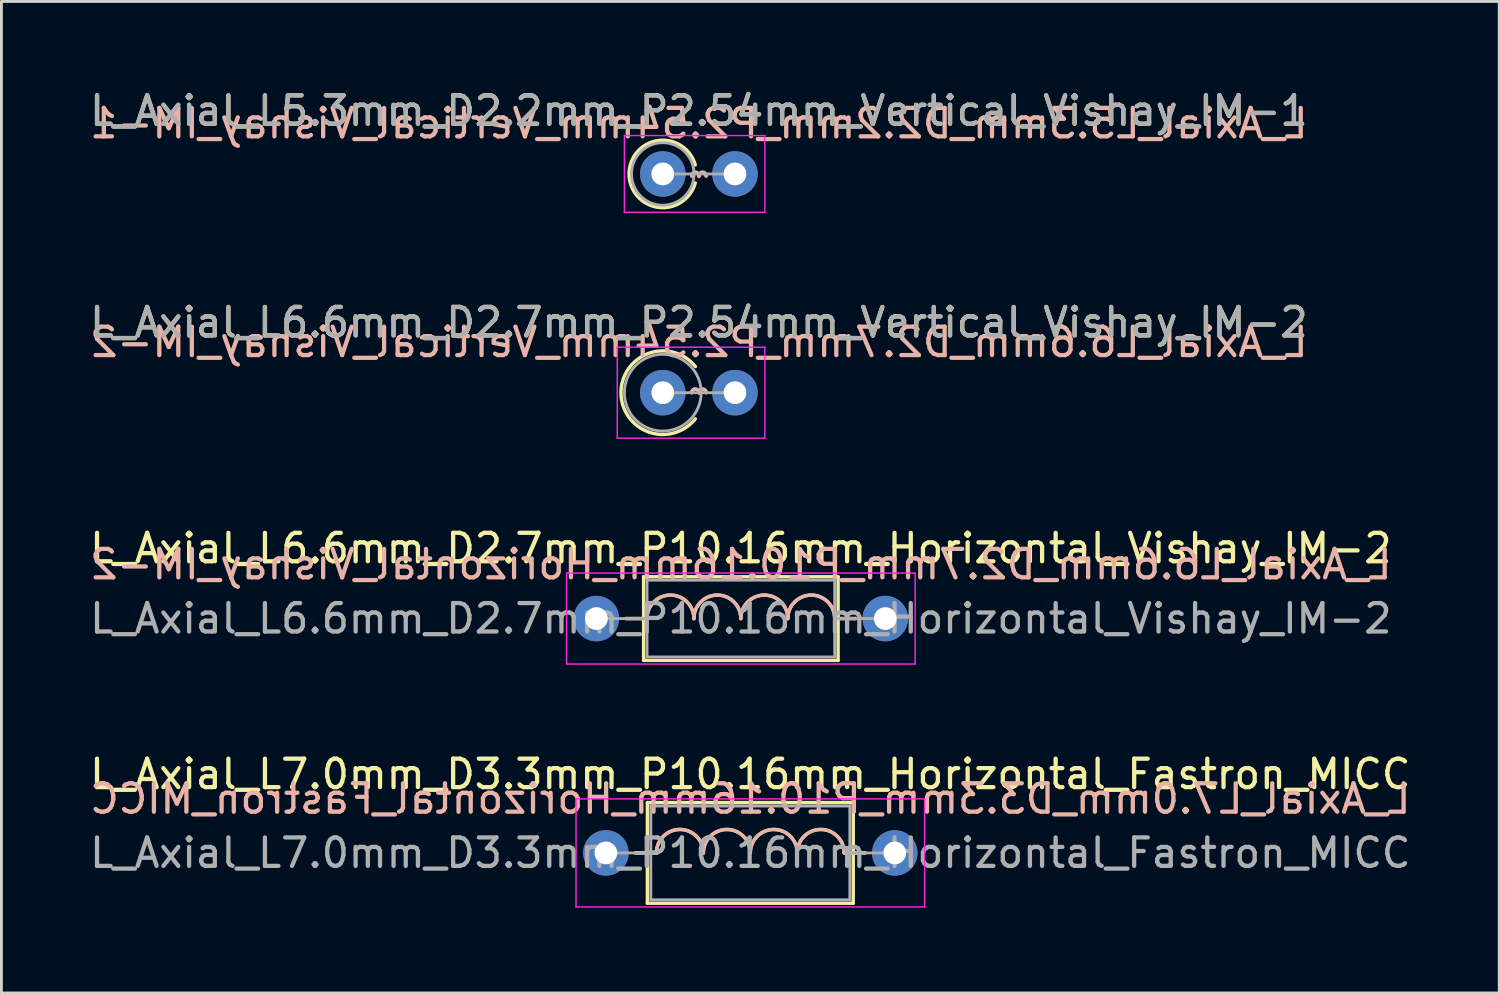
<source format=kicad_pcb>
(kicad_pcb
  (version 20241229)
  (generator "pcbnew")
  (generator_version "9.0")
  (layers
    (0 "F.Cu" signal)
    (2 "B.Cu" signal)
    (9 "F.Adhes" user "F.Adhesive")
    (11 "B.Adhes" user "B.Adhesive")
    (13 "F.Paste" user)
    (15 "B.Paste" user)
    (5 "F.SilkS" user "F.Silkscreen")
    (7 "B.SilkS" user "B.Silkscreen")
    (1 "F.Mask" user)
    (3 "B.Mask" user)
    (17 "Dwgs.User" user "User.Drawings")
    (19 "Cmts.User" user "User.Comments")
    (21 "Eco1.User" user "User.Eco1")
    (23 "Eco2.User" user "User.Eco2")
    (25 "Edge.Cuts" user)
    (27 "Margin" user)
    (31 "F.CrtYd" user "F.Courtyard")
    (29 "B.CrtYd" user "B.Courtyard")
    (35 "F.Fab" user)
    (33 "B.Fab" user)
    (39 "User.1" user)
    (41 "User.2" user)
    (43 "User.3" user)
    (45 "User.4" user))
  (footprint "L_Axial_L6.6mm_D2.7mm_P2.54mm_Vertical_Vishay_IM-2"
    (layer "F.Cu")
    (at 20.26 10.761)
    (property "Reference" "L_Axial_L6.6mm_D2.7mm_P2.54mm_Vertical_Vishay_IM-2" (at 1.27 -2.47 0) (layer "F.SilkS") (effects (font (size 1 1) (thickness 0.15))))
    (fp_arc (start 1.016 0) (mid 1.143 -0.127) (end 1.27 0) (stroke (width 0.12) (type solid)) (layer "F.SilkS"))
    (fp_arc (start 1.146516 0.92) (mid -1.47 0) (end 1.146516 -0.92) (stroke (width 0.12) (type solid)) (layer "F.SilkS"))
    (fp_arc (start 1.27 0) (mid 1.397 -0.127) (end 1.524 0) (stroke (width 0.12) (type solid)) (layer "F.SilkS"))
    (fp_arc (start 1.016 0) (mid 1.143 -0.127) (end 1.27 0) (stroke (width 0.12) (type solid)) (layer "B.SilkS"))
    (fp_arc (start 1.27 0) (mid 1.397 -0.127) (end 1.524 0) (stroke (width 0.12) (type solid)) (layer "B.SilkS"))
    (fp_line (start -1.6 -1.6) (end -1.6 1.6) (stroke (width 0.05) (type solid)) (layer "F.CrtYd"))
    (fp_line (start -1.6 1.6) (end 3.59 1.6) (stroke (width 0.05) (type solid)) (layer "F.CrtYd"))
    (fp_line (start 3.59 -1.6) (end -1.6 -1.6) (stroke (width 0.05) (type solid)) (layer "F.CrtYd"))
    (fp_line (start 3.59 1.6) (end 3.59 -1.6) (stroke (width 0.05) (type solid)) (layer "F.CrtYd"))
    (fp_line (start 0 0) (end 2.54 0) (stroke (width 0.1) (type solid)) (layer "F.Fab"))
    (fp_circle (center 0 0) (end 1.35 0) (stroke (width 0.1) (type solid)) (fill no) (layer "F.Fab"))
    (fp_text user "${REFERENCE}" (at 1.27 -1.778 0) (layer "B.SilkS") (effects (font (size 1 1) (thickness 0.15)) (justify mirror)))
    (fp_text user "${REFERENCE}" (at 1.27 -2.47 0) (layer "F.Fab") (effects (font (size 1 1) (thickness 0.15))))
    (pad "1" thru_hole circle (at 0 0) (size 1.6 1.6) (drill 0.8) (layers "*.Cu" "*.Mask"))
    (pad "2" thru_hole oval (at 2.54 0) (size 1.6 1.6) (drill 0.8) (layers "*.Cu" "*.Mask")))
  (footprint "L_Axial_L5.3mm_D2.2mm_P2.54mm_Vertical_Vishay_IM-1"
    (layer "F.Cu")
    (at 20.26 3.068)
    (property "Reference" "L_Axial_L5.3mm_D2.2mm_P2.54mm_Vertical_Vishay_IM-1" (at 1.27 -2.22 0) (layer "F.SilkS") (effects (font (size 1 1) (thickness 0.15))))
    (fp_arc (start 1.016 0.0635) (mid 1.143 -0.0635) (end 1.27 0.0635) (stroke (width 0.12) (type solid)) (layer "F.SilkS"))
    (fp_arc (start 1.143 0.3175) (mid -1.186278 0) (end 1.143 -0.3175) (stroke (width 0.12) (type solid)) (layer "F.SilkS"))
    (fp_arc (start 1.27 0.0635) (mid 1.397 -0.0635) (end 1.524 0.0635) (stroke (width 0.12) (type solid)) (layer "F.SilkS"))
    (fp_arc (start 1.016 0.0762) (mid 1.143 -0.0508) (end 1.27 0.0762) (stroke (width 0.12) (type solid)) (layer "B.SilkS"))
    (fp_arc (start 1.27 0.0762) (mid 1.397 -0.0508) (end 1.524 0.0762) (stroke (width 0.12) (type solid)) (layer "B.SilkS"))
    (fp_line (start -1.35 -1.35) (end -1.35 1.35) (stroke (width 0.05) (type solid)) (layer "F.CrtYd"))
    (fp_line (start -1.35 1.35) (end 3.59 1.35) (stroke (width 0.05) (type solid)) (layer "F.CrtYd"))
    (fp_line (start 3.59 -1.35) (end -1.35 -1.35) (stroke (width 0.05) (type solid)) (layer "F.CrtYd"))
    (fp_line (start 3.59 1.35) (end 3.59 -1.35) (stroke (width 0.05) (type solid)) (layer "F.CrtYd"))
    (fp_line (start 0 0) (end 2.54 0) (stroke (width 0.1) (type solid)) (layer "F.Fab"))
    (fp_circle (center 0 0) (end 1.1 0) (stroke (width 0.1) (type solid)) (fill no) (layer "F.Fab"))
    (fp_text user "${REFERENCE}" (at 1.27 -1.778 0) (layer "B.SilkS") (effects (font (size 1 1) (thickness 0.15)) (justify mirror)))
    (fp_text user "${REFERENCE}" (at 1.27 -2.22 0) (layer "F.Fab") (effects (font (size 1 1) (thickness 0.15))))
    (pad "1" thru_hole circle (at 0 0) (size 1.6 1.6) (drill 0.8) (layers "*.Cu" "*.Mask"))
    (pad "2" thru_hole oval (at 2.54 0) (size 1.6 1.6) (drill 0.8) (layers "*.Cu" "*.Mask")))
  (footprint "L_Axial_L6.6mm_D2.7mm_P10.16mm_Horizontal_Vishay_IM-2"
    (layer "F.Cu")
    (at 17.926 18.705)
    (property "Reference" "L_Axial_L6.6mm_D2.7mm_P10.16mm_Horizontal_Vishay_IM-2" (at 5.08 -2.47 0) (layer "F.SilkS") (effects (font (size 1 1) (thickness 0.15))))
    (fp_line (start 1.04 0) (end 1.66 0) (stroke (width 0.12) (type solid)) (layer "F.SilkS"))
    (fp_line (start 1.66 -1.47) (end 1.66 1.47) (stroke (width 0.12) (type solid)) (layer "F.SilkS"))
    (fp_line (start 1.66 1.47) (end 8.5 1.47) (stroke (width 0.12) (type solid)) (layer "F.SilkS"))
    (fp_line (start 1.778 0) (end 1.651 0) (stroke (width 0.12) (type solid)) (layer "F.SilkS"))
    (fp_line (start 8.382 0) (end 8.5 0) (stroke (width 0.12) (type solid)) (layer "F.SilkS"))
    (fp_line (start 8.5 -1.47) (end 1.66 -1.47) (stroke (width 0.12) (type solid)) (layer "F.SilkS"))
    (fp_line (start 8.5 1.47) (end 8.5 -1.47) (stroke (width 0.12) (type solid)) (layer "F.SilkS"))
    (fp_line (start 9.12 0) (end 8.5 0) (stroke (width 0.12) (type solid)) (layer "F.SilkS"))
    (fp_arc (start 1.778 0) (mid 2.6035 -0.8255) (end 3.429 0) (stroke (width 0.12) (type solid)) (layer "F.SilkS"))
    (fp_arc (start 3.429 0) (mid 4.2545 -0.8255) (end 5.08 0) (stroke (width 0.12) (type solid)) (layer "F.SilkS"))
    (fp_arc (start 5.08 0) (mid 5.9055 -0.8255) (end 6.731 0) (stroke (width 0.12) (type solid)) (layer "F.SilkS"))
    (fp_arc (start 6.731 0) (mid 7.5565 -0.8255) (end 8.382 0) (stroke (width 0.12) (type solid)) (layer "F.SilkS"))
    (fp_line (start 1.04 0) (end 1.66 0) (stroke (width 0.12) (type solid)) (layer "B.SilkS"))
    (fp_line (start 1.778 0) (end 1.66 0) (stroke (width 0.12) (type solid)) (layer "B.SilkS"))
    (fp_line (start 8.382 0) (end 8.509 0) (stroke (width 0.12) (type solid)) (layer "B.SilkS"))
    (fp_line (start 9.12 0) (end 8.5 0) (stroke (width 0.12) (type solid)) (layer "B.SilkS"))
    (fp_arc (start 1.778 0) (mid 2.6035 -0.8255) (end 3.429 0) (stroke (width 0.12) (type solid)) (layer "B.SilkS"))
    (fp_arc (start 3.429 0) (mid 4.2545 -0.8255) (end 5.08 0) (stroke (width 0.12) (type solid)) (layer "B.SilkS"))
    (fp_arc (start 5.08 0) (mid 5.9055 -0.8255) (end 6.731 0) (stroke (width 0.12) (type solid)) (layer "B.SilkS"))
    (fp_arc (start 6.731 0) (mid 7.5565 -0.8255) (end 8.382 0) (stroke (width 0.12) (type solid)) (layer "B.SilkS"))
    (fp_line (start -1.05 -1.6) (end -1.05 1.6) (stroke (width 0.05) (type solid)) (layer "F.CrtYd"))
    (fp_line (start -1.05 1.6) (end 11.21 1.6) (stroke (width 0.05) (type solid)) (layer "F.CrtYd"))
    (fp_line (start 11.21 -1.6) (end -1.05 -1.6) (stroke (width 0.05) (type solid)) (layer "F.CrtYd"))
    (fp_line (start 11.21 1.6) (end 11.21 -1.6) (stroke (width 0.05) (type solid)) (layer "F.CrtYd"))
    (fp_line (start 0 0) (end 1.78 0) (stroke (width 0.1) (type solid)) (layer "F.Fab"))
    (fp_line (start 1.78 -1.35) (end 1.78 1.35) (stroke (width 0.1) (type solid)) (layer "F.Fab"))
    (fp_line (start 1.78 1.35) (end 8.38 1.35) (stroke (width 0.1) (type solid)) (layer "F.Fab"))
    (fp_line (start 8.38 -1.35) (end 1.78 -1.35) (stroke (width 0.1) (type solid)) (layer "F.Fab"))
    (fp_line (start 8.38 1.35) (end 8.38 -1.35) (stroke (width 0.1) (type solid)) (layer "F.Fab"))
    (fp_line (start 10.16 0) (end 8.38 0) (stroke (width 0.1) (type solid)) (layer "F.Fab"))
    (fp_text user "${REFERENCE}" (at 5.08 -1.905 0) (layer "B.SilkS") (effects (font (size 1 1) (thickness 0.15)) (justify mirror)))
    (fp_text user "${REFERENCE}" (at 5.08 0 0) (layer "F.Fab") (effects (font (size 1 1) (thickness 0.15))))
    (pad "1" thru_hole circle (at 0 0) (size 1.6 1.6) (drill 0.8) (layers "*.Cu" "*.Mask"))
    (pad "2" thru_hole oval (at 10.16 0) (size 1.6 1.6) (drill 0.8) (layers "*.Cu" "*.Mask")))
  (footprint "L_Axial_L7.0mm_D3.3mm_P10.16mm_Horizontal_Fastron_MICC"
    (layer "F.Cu")
    (at 18.259 26.948)
    (property "Reference" "L_Axial_L7.0mm_D3.3mm_P10.16mm_Horizontal_Fastron_MICC" (at 5.08 -2.77 0) (layer "F.SilkS") (effects (font (size 1 1) (thickness 0.15))))
    (fp_line (start 1.04 0) (end 1.46 0) (stroke (width 0.12) (type solid)) (layer "F.SilkS"))
    (fp_line (start 1.46 -1.77) (end 1.46 1.77) (stroke (width 0.12) (type solid)) (layer "F.SilkS"))
    (fp_line (start 1.46 1.77) (end 8.7 1.77) (stroke (width 0.12) (type solid)) (layer "F.SilkS"))
    (fp_line (start 1.778 0) (end 1.46 0) (stroke (width 0.12) (type solid)) (layer "F.SilkS"))
    (fp_line (start 8.382 0) (end 8.7 0) (stroke (width 0.12) (type solid)) (layer "F.SilkS"))
    (fp_line (start 8.7 -1.77) (end 1.46 -1.77) (stroke (width 0.12) (type solid)) (layer "F.SilkS"))
    (fp_line (start 8.7 1.77) (end 8.7 -1.77) (stroke (width 0.12) (type solid)) (layer "F.SilkS"))
    (fp_line (start 9.12 0) (end 8.7 0) (stroke (width 0.12) (type solid)) (layer "F.SilkS"))
    (fp_arc (start 1.778 0) (mid 2.6035 -0.8255) (end 3.429 0) (stroke (width 0.12) (type solid)) (layer "F.SilkS"))
    (fp_arc (start 3.429 0) (mid 4.2545 -0.8255) (end 5.08 0) (stroke (width 0.12) (type solid)) (layer "F.SilkS"))
    (fp_arc (start 5.08 0) (mid 5.9055 -0.8255) (end 6.731 0) (stroke (width 0.12) (type solid)) (layer "F.SilkS"))
    (fp_arc (start 6.731 0) (mid 7.5565 -0.8255) (end 8.382 0) (stroke (width 0.12) (type solid)) (layer "F.SilkS"))
    (fp_line (start 1.04 0) (end 1.46 0) (stroke (width 0.12) (type solid)) (layer "B.SilkS"))
    (fp_line (start 1.778 0) (end 1.46 0) (stroke (width 0.12) (type solid)) (layer "B.SilkS"))
    (fp_line (start 8.382 0) (end 8.7 0) (stroke (width 0.12) (type solid)) (layer "B.SilkS"))
    (fp_line (start 9.12 0) (end 8.7 0) (stroke (width 0.12) (type solid)) (layer "B.SilkS"))
    (fp_arc (start 1.778 0) (mid 2.6035 -0.8255) (end 3.429 0) (stroke (width 0.12) (type solid)) (layer "B.SilkS"))
    (fp_arc (start 3.429 0) (mid 4.2545 -0.8255) (end 5.08 0) (stroke (width 0.12) (type solid)) (layer "B.SilkS"))
    (fp_arc (start 5.08 0) (mid 5.9055 -0.8255) (end 6.731 0) (stroke (width 0.12) (type solid)) (layer "B.SilkS"))
    (fp_arc (start 6.731 0) (mid 7.5565 -0.8255) (end 8.382 0) (stroke (width 0.12) (type solid)) (layer "B.SilkS"))
    (fp_line (start -1.05 -1.9) (end -1.05 1.9) (stroke (width 0.05) (type solid)) (layer "F.CrtYd"))
    (fp_line (start -1.05 1.9) (end 11.21 1.9) (stroke (width 0.05) (type solid)) (layer "F.CrtYd"))
    (fp_line (start 11.21 -1.9) (end -1.05 -1.9) (stroke (width 0.05) (type solid)) (layer "F.CrtYd"))
    (fp_line (start 11.21 1.9) (end 11.21 -1.9) (stroke (width 0.05) (type solid)) (layer "F.CrtYd"))
    (fp_line (start 0 0) (end 1.58 0) (stroke (width 0.1) (type solid)) (layer "F.Fab"))
    (fp_line (start 1.58 -1.65) (end 1.58 1.65) (stroke (width 0.1) (type solid)) (layer "F.Fab"))
    (fp_line (start 1.58 1.65) (end 8.58 1.65) (stroke (width 0.1) (type solid)) (layer "F.Fab"))
    (fp_line (start 8.58 -1.65) (end 1.58 -1.65) (stroke (width 0.1) (type solid)) (layer "F.Fab"))
    (fp_line (start 8.58 1.65) (end 8.58 -1.65) (stroke (width 0.1) (type solid)) (layer "F.Fab"))
    (fp_line (start 10.16 0) (end 8.58 0) (stroke (width 0.1) (type solid)) (layer "F.Fab"))
    (fp_text user "${REFERENCE}" (at 5.08 -1.905 0) (layer "B.SilkS") (effects (font (size 1 1) (thickness 0.15)) (justify mirror)))
    (fp_text user "${REFERENCE}" (at 5.08 0 0) (layer "F.Fab") (effects (font (size 1 1) (thickness 0.15))))
    (pad "1" thru_hole circle (at 0 0) (size 1.6 1.6) (drill 0.8) (layers "*.Cu" "*.Mask"))
    (pad "2" thru_hole oval (at 10.16 0) (size 1.6 1.6) (drill 0.8) (layers "*.Cu" "*.Mask")))
  (gr_rect
    (start -3 -3)
    (end 49.679 31.873)
    (stroke (width 0.1) (type default))
    (fill no)
    (layer "Edge.Cuts")))
</source>
